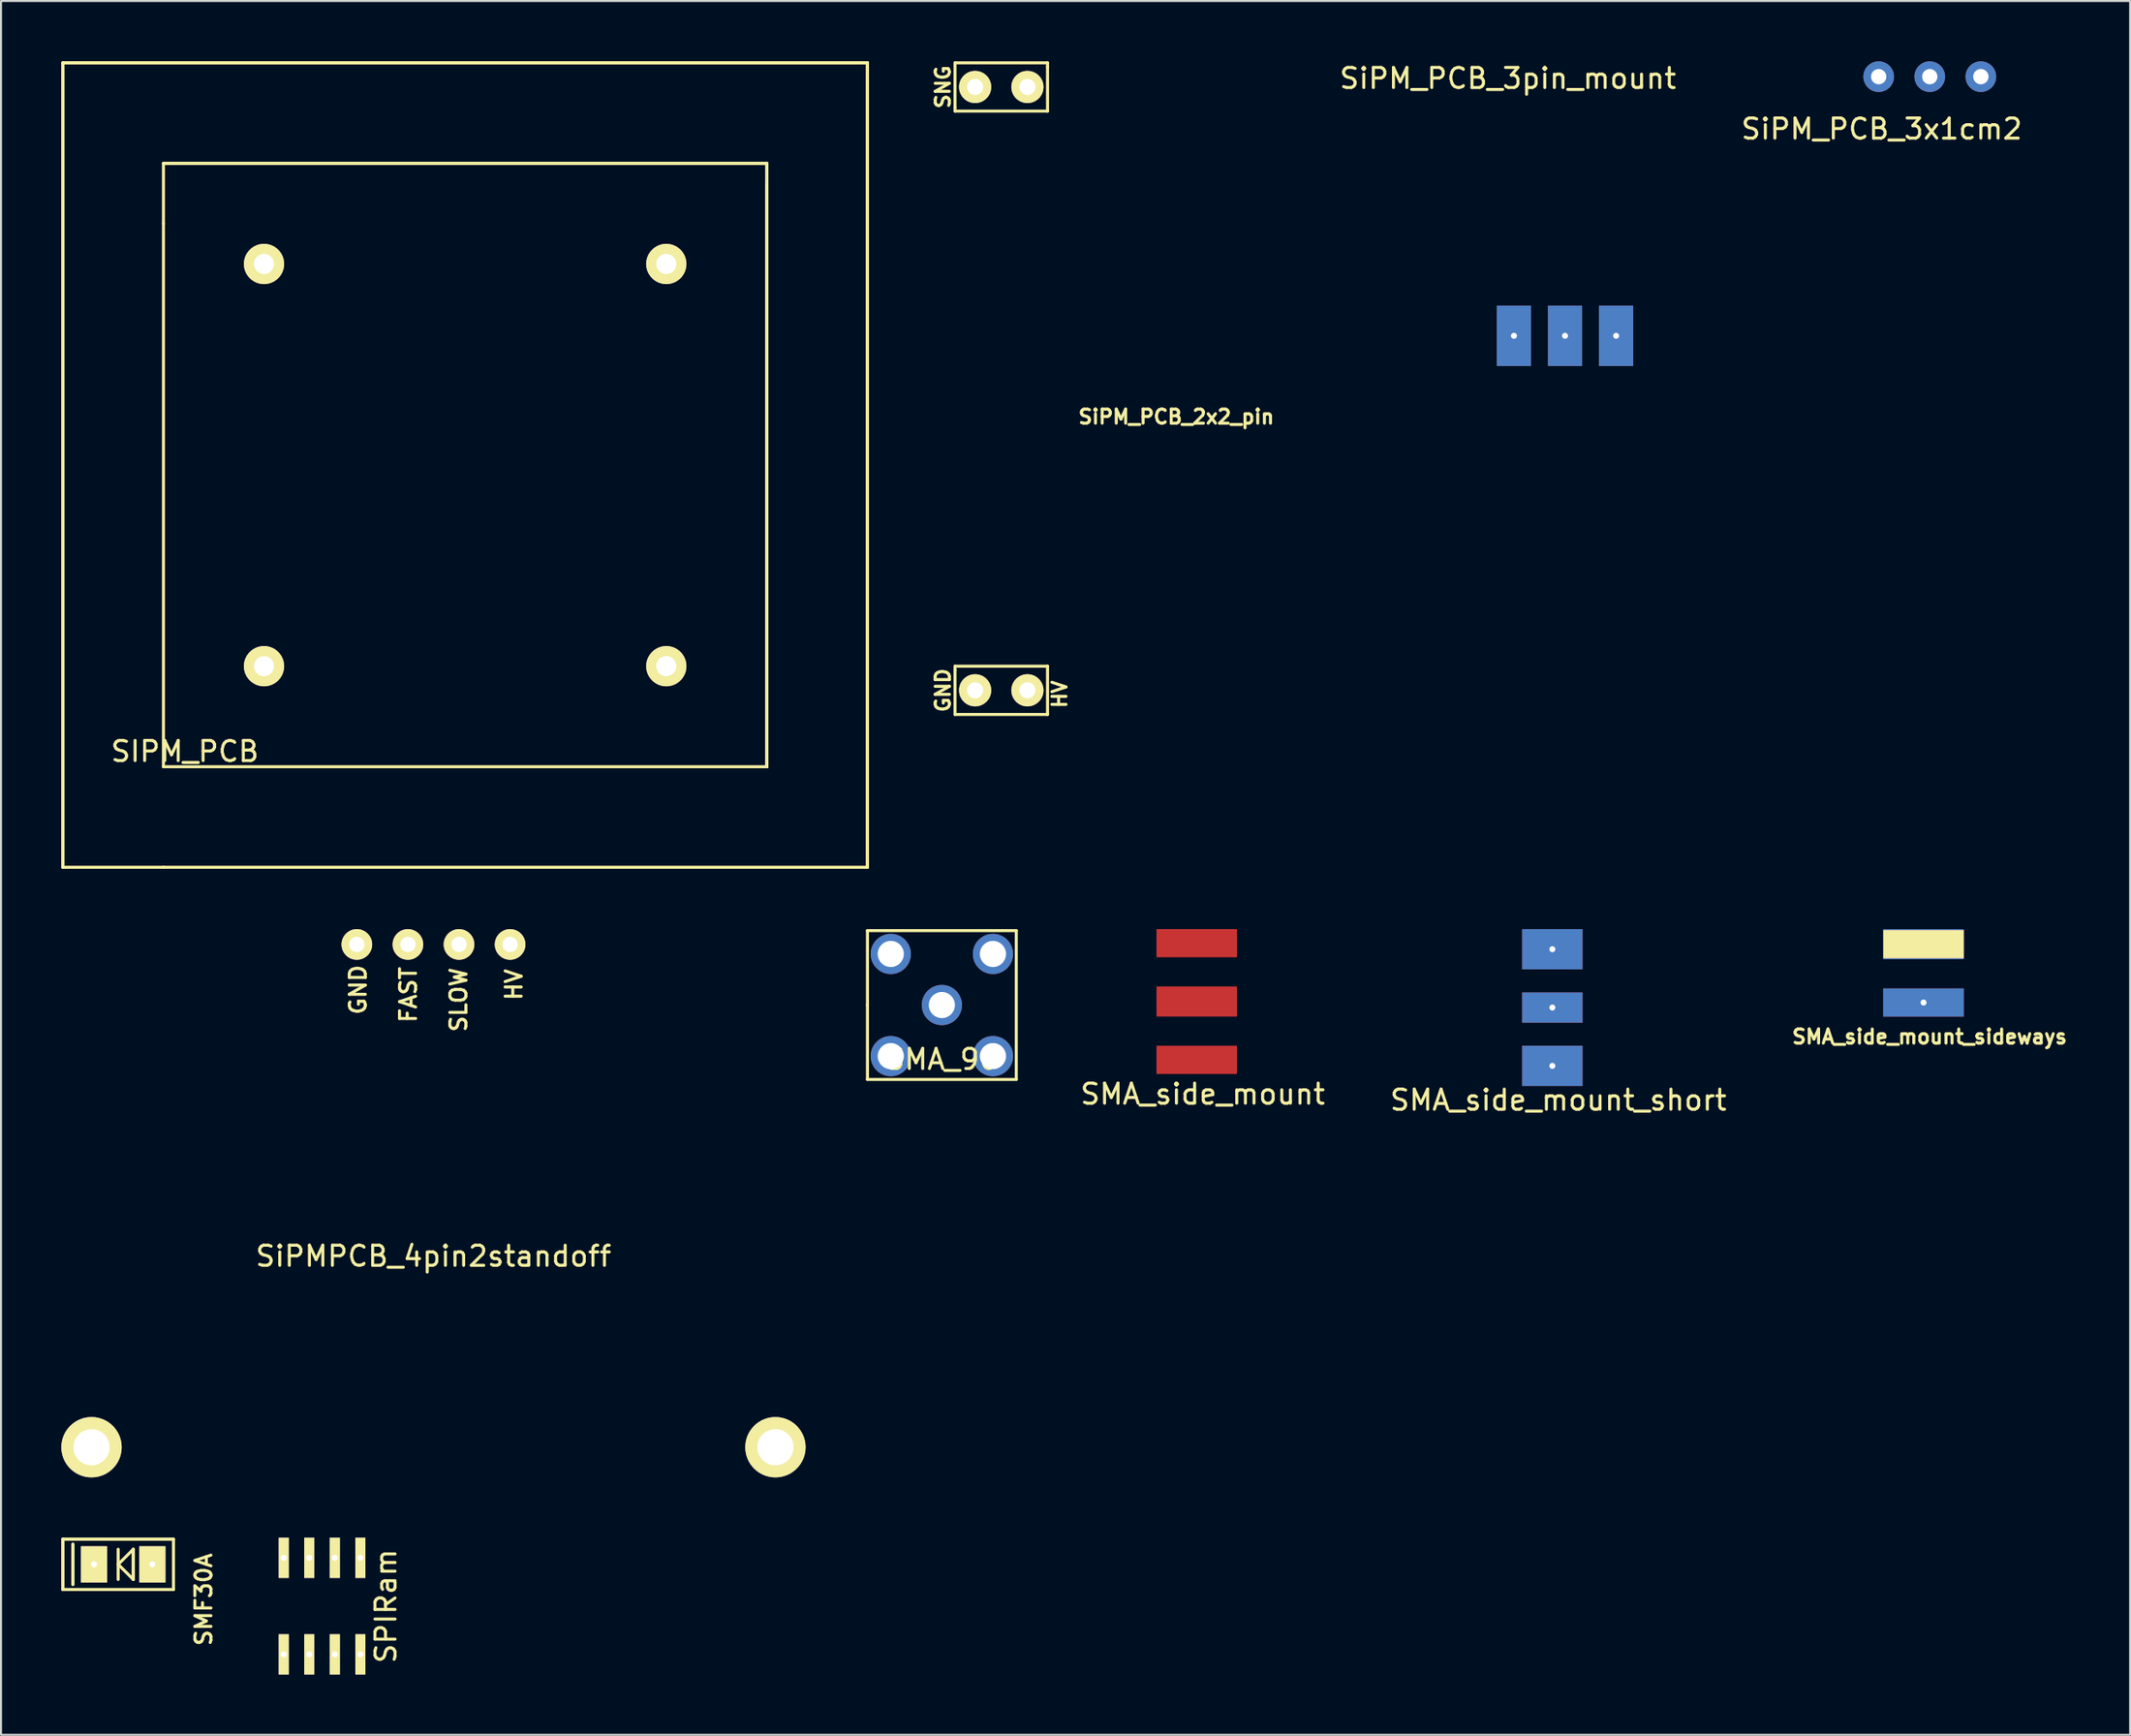
<source format=kicad_pcb>
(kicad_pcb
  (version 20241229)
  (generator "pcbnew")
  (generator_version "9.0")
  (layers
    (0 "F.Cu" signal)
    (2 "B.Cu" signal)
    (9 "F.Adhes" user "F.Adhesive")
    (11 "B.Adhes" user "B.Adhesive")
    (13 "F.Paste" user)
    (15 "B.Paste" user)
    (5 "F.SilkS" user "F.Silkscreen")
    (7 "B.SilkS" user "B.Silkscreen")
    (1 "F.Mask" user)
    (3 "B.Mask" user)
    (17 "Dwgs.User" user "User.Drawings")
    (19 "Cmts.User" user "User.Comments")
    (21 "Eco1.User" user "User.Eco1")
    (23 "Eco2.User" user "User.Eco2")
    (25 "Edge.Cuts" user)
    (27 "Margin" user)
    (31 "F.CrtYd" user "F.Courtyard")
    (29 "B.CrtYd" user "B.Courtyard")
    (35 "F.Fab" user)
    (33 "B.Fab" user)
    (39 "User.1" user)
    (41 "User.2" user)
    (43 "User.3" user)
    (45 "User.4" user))
  (footprint "SiPM_PCB_3x1cm2"
    (layer "F.Cu")
    (at 90.349 0.762)
    (property "Reference" "SiPM_PCB_3x1cm2" (at 0.15 2.6 0) (layer "F.SilkS") (effects (font (size 1 1) (thickness 0.15))))
    (attr through_hole)
    (pad "1" thru_hole circle (at 0 0) (size 1.524 1.524) (drill 0.762) (layers "*.Cu" "*.Mask"))
    (pad "2" thru_hole circle (at 2.54 0) (size 1.524 1.524) (drill 0.762) (layers "*.Cu" "*.Mask"))
    (pad "3" thru_hole circle (at 5.08 0) (size 1.524 1.524) (drill 0.762) (layers "*.Cu" "*.Mask")))
  (footprint "SiPM_PCB_2x2_pin"
    (layer "F.Cu")
    (at 55.429 16.275)
    (property "Reference" "SiPM_PCB_2x2_pin" (at 0 1.4 0) (layer "F.SilkS") (effects (font (size 0.7 0.7) (thickness 0.15))))
    (attr through_hole)
    (fp_line (start -11 -16.2) (end -11 -14) (stroke (width 0.15) (type solid)) (layer "F.SilkS"))
    (fp_line (start -11 -16.2) (end -6.4 -16.2) (stroke (width 0.15) (type solid)) (layer "F.SilkS"))
    (fp_line (start -11 -14) (end -11 -13.8) (stroke (width 0.15) (type solid)) (layer "F.SilkS"))
    (fp_line (start -11 -13.8) (end -6.4 -13.8) (stroke (width 0.15) (type solid)) (layer "F.SilkS"))
    (fp_line (start -11 14) (end -11 13.8) (stroke (width 0.15) (type solid)) (layer "F.SilkS"))
    (fp_line (start -11 14) (end -11 16.2) (stroke (width 0.15) (type solid)) (layer "F.SilkS"))
    (fp_line (start -11 16.2) (end -6.4 16.2) (stroke (width 0.15) (type solid)) (layer "F.SilkS"))
    (fp_line (start -6.4 -16.2) (end -6.4 -16) (stroke (width 0.15) (type solid)) (layer "F.SilkS"))
    (fp_line (start -6.4 -13.8) (end -6.4 -16) (stroke (width 0.15) (type solid)) (layer "F.SilkS"))
    (fp_line (start -6.4 13.8) (end -11 13.8) (stroke (width 0.15) (type solid)) (layer "F.SilkS"))
    (fp_line (start -6.4 16.2) (end -6.4 13.8) (stroke (width 0.15) (type solid)) (layer "F.SilkS"))
    (fp_text user "GND" (at -11.6 15 90) (layer "F.SilkS") (effects (font (size 0.71 0.7) (thickness 0.15))))
    (fp_text user "HV" (at -5.8 15.2 90) (layer "F.SilkS") (effects (font (size 0.7 0.7) (thickness 0.15))))
    (fp_text user "SNG" (at -11.6 -15 90) (layer "F.SilkS") (effects (font (size 0.7 0.7) (thickness 0.15))))
    (pad "1" thru_hole circle (at -10 -15) (size 1.6 1.6) (drill 0.8) (layers "*.Cu" "*.Mask" "F.SilkS"))
    (pad "1" thru_hole circle (at -7.4 -15) (size 1.6 1.6) (drill 0.8) (layers "*.Cu" "*.Mask" "F.SilkS"))
    (pad "2" thru_hole circle (at -10 15) (size 1.6 1.6) (drill 0.8) (layers "*.Cu" "*.Mask" "F.SilkS"))
    (pad "3" thru_hole circle (at -7.4 15) (size 1.6 1.6) (drill 0.8) (layers "*.Cu" "*.Mask" "F.SilkS")))
  (footprint "SMA_90"
    (layer "F.Cu")
    (at 43.775 46.925)
    (property "Reference" "SMA_90" (at 0 2.7 0) (layer "F.SilkS") (effects (font (size 1 1) (thickness 0.15))))
    (attr through_hole)
    (fp_line (start -3.7 -3.7) (end -3.7 0) (stroke (width 0.15) (type solid)) (layer "F.SilkS"))
    (fp_line (start -3.7 0) (end -3.7 3.7) (stroke (width 0.15) (type solid)) (layer "F.SilkS"))
    (fp_line (start -3.7 3.7) (end 3.7 3.7) (stroke (width 0.15) (type solid)) (layer "F.SilkS"))
    (fp_line (start 3.7 -3.7) (end -3.7 -3.7) (stroke (width 0.15) (type solid)) (layer "F.SilkS"))
    (fp_line (start 3.7 3.7) (end 3.7 -3.7) (stroke (width 0.15) (type solid)) (layer "F.SilkS"))
    (pad "1" thru_hole circle (at 0 0) (size 2 2) (drill 1.3) (layers "*.Cu" "*.Mask"))
    (pad "2" thru_hole circle (at -2.54 -2.54) (size 2 2) (drill 1.3) (layers "*.Cu" "*.Mask"))
    (pad "2" thru_hole circle (at -2.54 2.54) (size 2 2) (drill 1.3) (layers "*.Cu" "*.Mask"))
    (pad "2" thru_hole circle (at 2.54 -2.54) (size 2 2) (drill 1.3) (layers "*.Cu" "*.Mask"))
    (pad "2" thru_hole circle (at 2.54 2.54) (size 2 2) (drill 1.3) (layers "*.Cu" "*.Mask")))
  (footprint "SiPMPCB_4pin2standoff"
    (layer "F.Cu")
    (at 18.5 58.912)
    (property "Reference" "SiPMPCB_4pin2standoff" (at 0 0.5 0) (layer "F.SilkS") (effects (font (size 1 1) (thickness 0.15))))
    (attr through_hole)
    (fp_text user "FAST" (at -1.25 -12.5 90) (layer "F.SilkS") (effects (font (size 0.8 0.8) (thickness 0.15))))
    (fp_text user "HV" (at 4 -13 90) (layer "F.SilkS") (effects (font (size 0.8 0.8) (thickness 0.15))))
    (fp_text user "SLOW" (at 1.25 -12.25 90) (layer "F.SilkS") (effects (font (size 0.8 0.8) (thickness 0.15))))
    (fp_text user "GND" (at -3.75 -12.75 90) (layer "F.SilkS") (effects (font (size 0.8 0.8) (thickness 0.15))))
    (pad "1" thru_hole circle (at 3.81 -15) (size 1.524 1.524) (drill 0.762) (layers "*.Cu" "*.Mask" "F.SilkS"))
    (pad "2" thru_hole circle (at 1.27 -15) (size 1.524 1.524) (drill 0.762) (layers "*.Cu" "*.Mask" "F.SilkS"))
    (pad "3" thru_hole circle (at -1.27 -15) (size 1.524 1.524) (drill 0.762) (layers "*.Cu" "*.Mask" "F.SilkS"))
    (pad "4" thru_hole circle (at -17 10) (size 3 3) (drill 1.8) (layers "*.Cu" "*.Mask" "F.SilkS"))
    (pad "4" thru_hole circle (at -3.81 -15) (size 1.524 1.524) (drill 0.762) (layers "*.Cu" "*.Mask" "F.SilkS"))
    (pad "5" thru_hole circle (at 17 10) (size 3 3) (drill 1.8) (layers "*.Cu" "*.Mask" "F.SilkS")))
  (footprint "SiPM_PCB_3pin_mount"
    (layer "F.Cu")
    (at 72.191 11.623)
    (property "Reference" "SiPM_PCB_3pin_mount" (at -0.275 -10.775 0) (layer "F.SilkS") (effects (font (size 1 1) (thickness 0.15))))
    (attr through_hole)
    (pad "1" thru_hole rect (at 0.025 2.025) (size 1.7 3) (drill 0.3) (layers "*.Cu" "*.Mask"))
    (pad "2" thru_hole rect (at 2.565 2.025) (size 1.7 3) (drill 0.3) (layers "*.Cu" "*.Mask"))
    (pad "3" thru_hole rect (at 5.105 2.025) (size 1.7 3) (drill 0.3) (layers "*.Cu" "*.Mask")))
  (footprint "SPIRam"
    (layer "F.Cu")
    (at 12.961 76.812)
    (property "Reference" "SPIRam" (at 3.175 0 90) (layer "F.SilkS") (effects (font (size 1 1) (thickness 0.15))))
    (attr through_hole)
    (pad "1" thru_hole rect (at -1.905 2.4) (size 0.5 2) (drill 0.3) (layers "*.Cu" "*.Mask" "F.SilkS"))
    (pad "2" thru_hole rect (at -0.635 2.4) (size 0.5 2) (drill 0.3) (layers "*.Cu" "*.Mask" "F.SilkS"))
    (pad "3" thru_hole rect (at 0.635 2.4) (size 0.5 2) (drill 0.3) (layers "*.Cu" "*.Mask" "F.SilkS"))
    (pad "4" thru_hole rect (at 1.905 2.4) (size 0.5 2) (drill 0.3) (layers "*.Cu" "*.Mask" "F.SilkS"))
    (pad "5" thru_hole rect (at 1.905 -2.4) (size 0.5 2) (drill 0.3) (layers "*.Cu" "*.Mask" "F.SilkS"))
    (pad "6" thru_hole rect (at 0.635 -2.4) (size 0.5 2) (drill 0.3) (layers "*.Cu" "*.Mask" "F.SilkS"))
    (pad "7" thru_hole rect (at -0.635 -2.4) (size 0.5 2) (drill 0.3) (layers "*.Cu" "*.Mask" "F.SilkS"))
    (pad "8" thru_hole rect (at -1.905 -2.4) (size 0.5 2) (drill 0.3) (layers "*.Cu" "*.Mask" "F.SilkS")))
  (footprint "SMA_side_mount"
    (layer "F.Cu")
    (at 56.446 46.75)
    (property "Reference" "SMA_side_mount" (at 0.3 4.6 0) (layer "F.SilkS") (effects (font (size 1 1) (thickness 0.15))))
    (attr through_hole)
    (pad "1" smd rect (at 0 0) (size 4 1.5) (layers "F.Cu" "F.Mask" "F.Paste"))
    (pad "2" smd rect (at 0 -2.9) (size 4 1.4) (layers "F.Cu" "F.Mask" "F.Paste"))
    (pad "2" smd rect (at 0 2.9) (size 4 1.4) (layers "F.Cu" "F.Mask" "F.Paste")))
  (footprint "SMA_side_mount_sideways"
    (layer "F.Cu")
    (at 92.579 43.9)
    (property "Reference" "SMA_side_mount_sideways" (at 0.3 4.6 180) (layer "F.SilkS") (effects (font (size 0.7 0.7) (thickness 0.15))))
    (attr through_hole)
    (pad "1" smd rect (at 0 0) (size 4 1.5) (layers "B.Cu" "B.Mask" "B.Paste"))
    (pad "2" smd rect (at 0 0) (size 4 1.4) (layers "F.Cu" "F.SilkS" "F.Adhes"))
    (pad "2" thru_hole rect (at 0 2.9) (size 4 1.4) (drill 0.3) (layers "*.Cu" "*.Mask")))
  (footprint "SIPM_PCB"
    (layer "F.Cu")
    (at 5.075 35.075)
    (property "Reference" "SIPM_PCB" (at 1.067 -0.762 0) (layer "F.SilkS") (effects (font (size 1 1) (thickness 0.15))))
    (attr through_hole)
    (fp_line (start -5 -35) (end -5 5) (stroke (width 0.15) (type solid)) (layer "F.SilkS"))
    (fp_line (start -5 -35) (end 35 -35) (stroke (width 0.15) (type solid)) (layer "F.SilkS"))
    (fp_line (start -5 5) (end -5 -35) (stroke (width 0.15) (type solid)) (layer "F.SilkS"))
    (fp_line (start 0 -30) (end 30 -30) (stroke (width 0.15) (type solid)) (layer "F.SilkS"))
    (fp_line (start 0 -27) (end 0 -30) (stroke (width 0.15) (type solid)) (layer "F.SilkS"))
    (fp_line (start 0 0) (end 0 -27) (stroke (width 0.15) (type solid)) (layer "F.SilkS"))
    (fp_line (start 0 5) (end -5 5) (stroke (width 0.15) (type solid)) (layer "F.SilkS"))
    (fp_line (start 30 -30) (end 0 -30) (stroke (width 0.15) (type solid)) (layer "F.SilkS"))
    (fp_line (start 30 -30) (end 30 0) (stroke (width 0.15) (type solid)) (layer "F.SilkS"))
    (fp_line (start 30 -30) (end 30 0) (stroke (width 0.15) (type solid)) (layer "F.SilkS"))
    (fp_line (start 30 0) (end 0 0) (stroke (width 0.15) (type solid)) (layer "F.SilkS"))
    (fp_line (start 30 0) (end 30 -29) (stroke (width 0.15) (type solid)) (layer "F.SilkS"))
    (fp_line (start 35 -35) (end -5 -35) (stroke (width 0.15) (type solid)) (layer "F.SilkS"))
    (fp_line (start 35 -35) (end 35 5) (stroke (width 0.15) (type solid)) (layer "F.SilkS"))
    (fp_line (start 35 5) (end 0 5) (stroke (width 0.15) (type solid)) (layer "F.SilkS"))
    (fp_line (start 35 5) (end 35 -35) (stroke (width 0.15) (type solid)) (layer "F.SilkS"))
    (pad "1" thru_hole circle (at 25 -25) (size 2 2) (drill 1) (layers "*.Cu" "*.Mask" "F.SilkS"))
    (pad "2" thru_hole circle (at 5 -25) (size 2 2) (drill 1) (layers "*.Cu" "*.Mask" "F.SilkS"))
    (pad "3" thru_hole circle (at 25 -5) (size 2 2) (drill 1) (layers "*.Cu" "*.Mask" "F.SilkS"))
    (pad "4" thru_hole circle (at 5 -5) (size 2 2) (drill 1) (layers "*.Cu" "*.Mask" "F.SilkS")))
  (footprint "SMF30A"
    (layer "F.Cu")
    (at 3.075 74.737)
    (property "Reference" "SMF30A" (at 4 1.75 90) (layer "F.SilkS") (effects (font (size 0.8 0.8) (thickness 0.15))))
    (attr through_hole)
    (fp_line (start -3 -1.25) (end -3 1.25) (stroke (width 0.15) (type solid)) (layer "F.SilkS"))
    (fp_line (start -3 -1.25) (end 2.5 -1.25) (stroke (width 0.15) (type solid)) (layer "F.SilkS"))
    (fp_line (start -3 1.25) (end -3 -1.25) (stroke (width 0.15) (type solid)) (layer "F.SilkS"))
    (fp_line (start -3 1.25) (end 2.5 1.25) (stroke (width 0.15) (type solid)) (layer "F.SilkS"))
    (fp_line (start -2.5 -1) (end -2.5 1) (stroke (width 0.15) (type solid)) (layer "F.SilkS"))
    (fp_line (start -2.5 1) (end -2.5 -1) (stroke (width 0.15) (type solid)) (layer "F.SilkS"))
    (fp_line (start -0.25 -0.75) (end -0.25 0.75) (stroke (width 0.15) (type solid)) (layer "F.SilkS"))
    (fp_line (start -0.25 0) (end 0.5 0.75) (stroke (width 0.15) (type solid)) (layer "F.SilkS"))
    (fp_line (start 0.5 -0.75) (end -0.25 0) (stroke (width 0.15) (type solid)) (layer "F.SilkS"))
    (fp_line (start 0.5 -0.75) (end 0.5 0.75) (stroke (width 0.15) (type solid)) (layer "F.SilkS"))
    (fp_line (start 0.5 0.75) (end 0.5 -0.75) (stroke (width 0.15) (type solid)) (layer "F.SilkS"))
    (fp_line (start 2.5 -1.25) (end -3 -1.25) (stroke (width 0.15) (type solid)) (layer "F.SilkS"))
    (fp_line (start 2.5 -1.25) (end 2.5 1.25) (stroke (width 0.15) (type solid)) (layer "F.SilkS"))
    (pad "1" thru_hole rect (at -1.45 0) (size 1.3 1.8) (drill 0.3) (layers "*.Cu" "*.Mask" "F.SilkS"))
    (pad "2" thru_hole rect (at 1.45 0) (size 1.3 1.8) (drill 0.3) (layers "*.Cu" "*.Mask" "F.SilkS")))
  (footprint "SMA_side_mount_short"
    (layer "F.Cu")
    (at 74.125 47.05)
    (property "Reference" "SMA_side_mount_short" (at 0.3 4.6 0) (layer "F.SilkS") (effects (font (size 1 1) (thickness 0.15))))
    (attr through_hole)
    (pad "1" thru_hole rect (at 0 0) (size 3 1.5) (drill 0.3) (layers "*.Cu" "*.Mask"))
    (pad "2" thru_hole rect (at 0 -2.9) (size 3 2) (drill 0.3) (layers "*.Cu" "*.Mask"))
    (pad "2" thru_hole rect (at 0 2.9) (size 3 2) (drill 0.3) (layers "*.Cu" "*.Mask")))
  (gr_rect
    (start -3 -3)
    (end 102.85 83.212)
    (stroke (width 0.1) (type default))
    (fill no)
    (layer "Edge.Cuts")))
</source>
